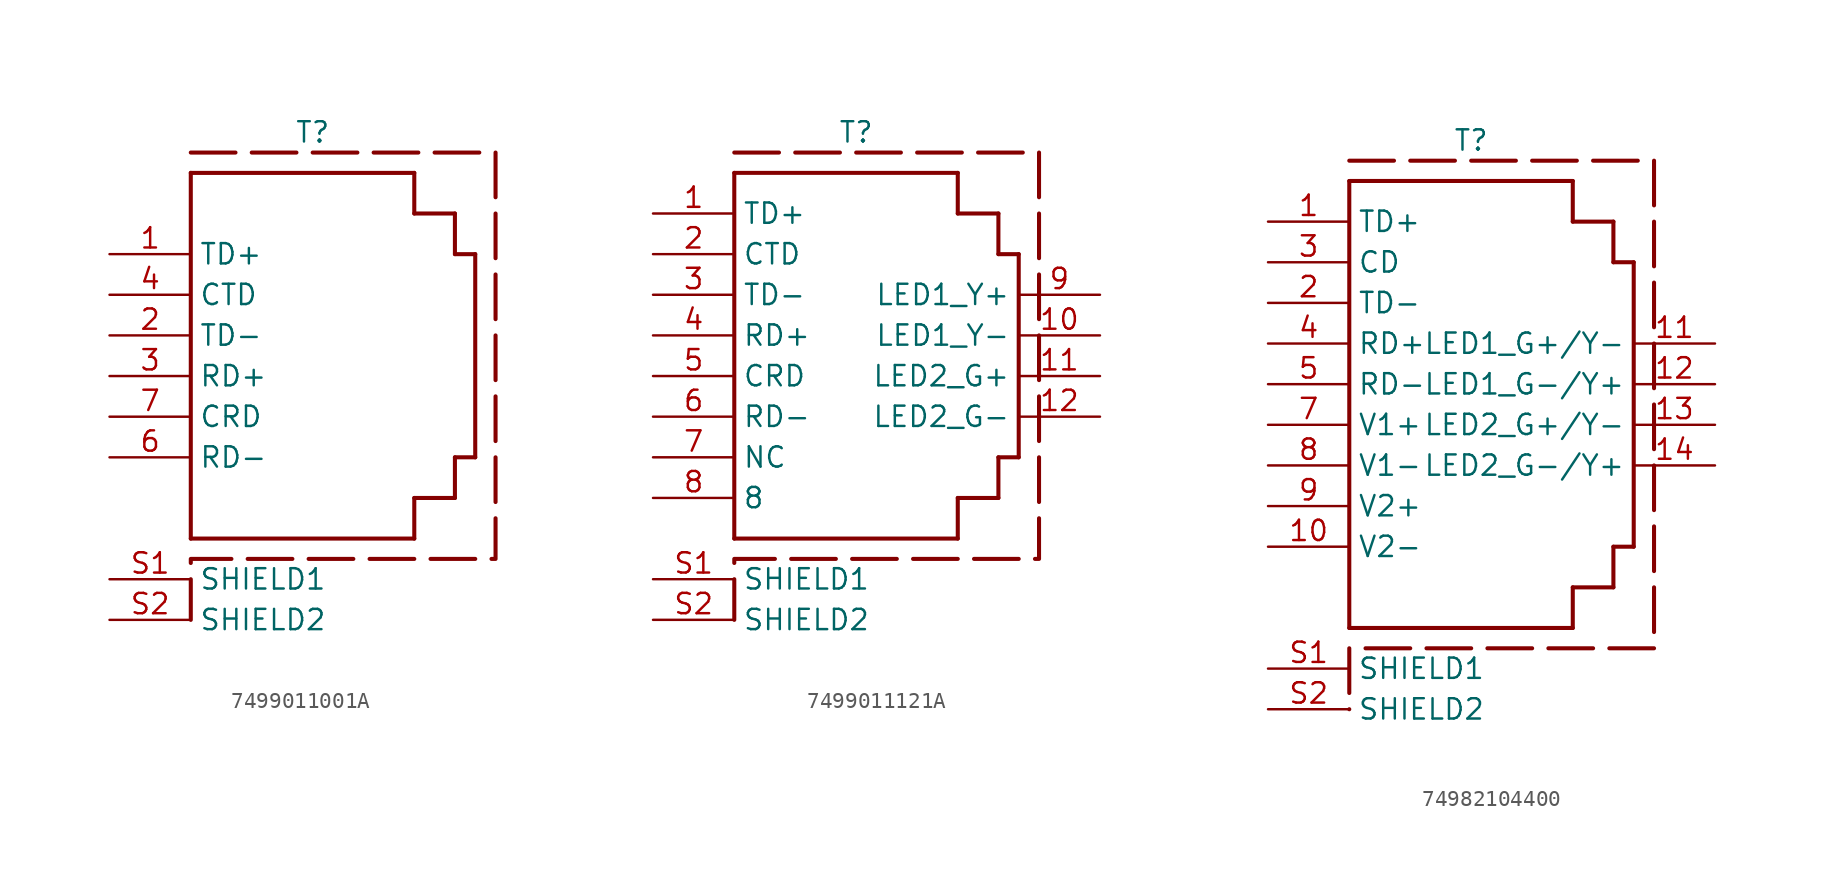
<source format=kicad_sym>
(kicad_symbol_lib
  (version 20220914)
  (generator kicad_symbol_editor)
  (symbol "7499011001A"
    (property "Reference" "T"
      (at 0 15.24 0)
      (effects (font (size 1.27 1.27))))
    (property "Critical Parameter" ""
      (at 0 -5.08 0)
      (effects (font (size 1.27 1.27)) (justify left)))
    (symbol "7499011001A_0_0"
      (polyline (pts (xy -7.62 -10.16) (xy -7.62 12.7)) (stroke (width 0.254) (type default)) (fill (type none)))
      (polyline (pts (xy -7.62 12.7) (xy 6.35 12.7)) (stroke (width 0.254) (type default)) (fill (type none)))
      (polyline (pts (xy 6.35 -10.16) (xy -7.62 -10.16)) (stroke (width 0.254) (type default)) (fill (type none)))
      (polyline (pts (xy 6.35 -10.16) (xy 6.35 -7.62)) (stroke (width 0.254) (type default)) (fill (type none)))
      (polyline (pts (xy 6.35 -7.62) (xy 8.89 -7.62)) (stroke (width 0.254) (type default)) (fill (type none)))
      (polyline (pts (xy 6.35 10.16) (xy 8.89 10.16)) (stroke (width 0.254) (type default)) (fill (type none)))
      (polyline (pts (xy 6.35 12.7) (xy 6.35 10.16)) (stroke (width 0.254) (type default)) (fill (type none)))
      (polyline (pts (xy 8.89 -7.62) (xy 8.89 -5.08)) (stroke (width 0.254) (type default)) (fill (type none)))
      (polyline (pts (xy 8.89 -5.08) (xy 10.16 -5.08)) (stroke (width 0.254) (type default)) (fill (type none)))
      (polyline (pts (xy 8.89 7.62) (xy 10.16 7.62)) (stroke (width 0.254) (type default)) (fill (type none)))
      (polyline (pts (xy 8.89 10.16) (xy 8.89 7.62)) (stroke (width 0.254) (type default)) (fill (type none)))
      (polyline (pts (xy 10.16 7.62) (xy 10.16 -5.08)) (stroke (width 0.254) (type default)) (fill (type none)))
      (pin passive line (at -12.7 7.62 0) (length 5.08) (name "TD+" (effects (font (size 1.27 1.27)))) (number "1" (effects (font (size 1.27 1.27)))))
      (pin passive line (at -12.7 2.54 0) (length 5.08) (name "TD-" (effects (font (size 1.27 1.27)))) (number "2" (effects (font (size 1.27 1.27)))))
      (pin passive line (at -12.7 0 0) (length 5.08) (name "RD+" (effects (font (size 1.27 1.27)))) (number "3" (effects (font (size 1.27 1.27)))))
      (pin passive line (at -12.7 5.08 0) (length 5.08) (name "CTD" (effects (font (size 1.27 1.27)))) (number "4" (effects (font (size 1.27 1.27)))))
      (pin passive line (at -12.7 -5.08 0) (length 5.08) (name "RD-" (effects (font (size 1.27 1.27)))) (number "6" (effects (font (size 1.27 1.27)))))
      (pin passive line (at -12.7 -2.54 0) (length 5.08) (name "CRD" (effects (font (size 1.27 1.27)))) (number "7" (effects (font (size 1.27 1.27)))))
      (pin passive line (at -12.7 -12.7 0) (length 5.08) (name "SHIELD1" (effects (font (size 1.27 1.27)))) (number "S1" (effects (font (size 1.27 1.27)))))
      (pin passive line (at -12.7 -15.24 0) (length 5.08) (name "SHIELD2" (effects (font (size 1.27 1.27)))) (number "S2" (effects (font (size 1.27 1.27))))))
    (symbol "7499011001A_1_1"
      (polyline (pts (xy -7.62 13.97) (xy 11.43 13.97) (xy 11.43 -11.43) (xy -7.62 -11.43) (xy -7.62 -15.24)) (stroke (width 0.254) (type dash)) (fill (type none)))))
  (symbol "7499011121A"
    (property "Reference" "T"
      (at 0 15.24 0)
      (effects (font (size 1.27 1.27))))
    (property "Critical Parameter" ""
      (at 0 -5.08 0)
      (effects (font (size 1.27 1.27)) (justify left)))
    (symbol "7499011121A_0_0"
      (polyline (pts (xy -7.62 -10.16) (xy -7.62 12.7)) (stroke (width 0.254) (type default)) (fill (type none)))
      (polyline (pts (xy -7.62 12.7) (xy 6.35 12.7)) (stroke (width 0.254) (type default)) (fill (type none)))
      (polyline (pts (xy 6.35 -10.16) (xy -7.62 -10.16)) (stroke (width 0.254) (type default)) (fill (type none)))
      (polyline (pts (xy 6.35 -10.16) (xy 6.35 -7.62)) (stroke (width 0.254) (type default)) (fill (type none)))
      (polyline (pts (xy 6.35 -7.62) (xy 8.89 -7.62)) (stroke (width 0.254) (type default)) (fill (type none)))
      (polyline (pts (xy 6.35 10.16) (xy 8.89 10.16)) (stroke (width 0.254) (type default)) (fill (type none)))
      (polyline (pts (xy 6.35 12.7) (xy 6.35 10.16)) (stroke (width 0.254) (type default)) (fill (type none)))
      (polyline (pts (xy 8.89 -7.62) (xy 8.89 -5.08)) (stroke (width 0.254) (type default)) (fill (type none)))
      (polyline (pts (xy 8.89 -5.08) (xy 10.16 -5.08)) (stroke (width 0.254) (type default)) (fill (type none)))
      (polyline (pts (xy 8.89 7.62) (xy 10.16 7.62)) (stroke (width 0.254) (type default)) (fill (type none)))
      (polyline (pts (xy 8.89 10.16) (xy 8.89 7.62)) (stroke (width 0.254) (type default)) (fill (type none)))
      (polyline (pts (xy 10.16 7.62) (xy 10.16 -5.08)) (stroke (width 0.254) (type default)) (fill (type none)))
      (pin passive line (at -12.7 10.16 0) (length 5.08) (name "TD+" (effects (font (size 1.27 1.27)))) (number "1" (effects (font (size 1.27 1.27)))))
      (pin passive line (at -12.7 7.62 0) (length 5.08) (name "CTD" (effects (font (size 1.27 1.27)))) (number "2" (effects (font (size 1.27 1.27)))))
      (pin passive line (at -12.7 5.08 0) (length 5.08) (name "TD-" (effects (font (size 1.27 1.27)))) (number "3" (effects (font (size 1.27 1.27)))))
      (pin passive line (at -12.7 2.54 0) (length 5.08) (name "RD+" (effects (font (size 1.27 1.27)))) (number "4" (effects (font (size 1.27 1.27)))))
      (pin passive line (at -12.7 0 0) (length 5.08) (name "CRD" (effects (font (size 1.27 1.27)))) (number "5" (effects (font (size 1.27 1.27)))))
      (pin passive line (at -12.7 -2.54 0) (length 5.08) (name "RD-" (effects (font (size 1.27 1.27)))) (number "6" (effects (font (size 1.27 1.27)))))
      (pin passive line (at -12.7 -5.08 0) (length 5.08) (name "NC" (effects (font (size 1.27 1.27)))) (number "7" (effects (font (size 1.27 1.27)))))
      (pin passive line (at -12.7 -7.62 0) (length 5.08) (name "8" (effects (font (size 1.27 1.27)))) (number "8" (effects (font (size 1.27 1.27)))))
      (pin passive line (at -12.7 -12.7 0) (length 5.08) (name "SHIELD1" (effects (font (size 1.27 1.27)))) (number "S1" (effects (font (size 1.27 1.27)))))
      (pin passive line (at -12.7 -15.24 0) (length 5.08) (name "SHIELD2" (effects (font (size 1.27 1.27)))) (number "S2" (effects (font (size 1.27 1.27))))))
    (symbol "7499011121A_1_0"
      (pin passive line (at 15.24 2.54 180) (length 5.08) (name "LED1_Y-" (effects (font (size 1.27 1.27)))) (number "10" (effects (font (size 1.27 1.27)))))
      (pin passive line (at 15.24 0 180) (length 5.08) (name "LED2_G+" (effects (font (size 1.27 1.27)))) (number "11" (effects (font (size 1.27 1.27)))))
      (pin passive line (at 15.24 -2.54 180) (length 5.08) (name "LED2_G-" (effects (font (size 1.27 1.27)))) (number "12" (effects (font (size 1.27 1.27)))))
      (pin passive line (at 15.24 5.08 180) (length 5.08) (name "LED1_Y+" (effects (font (size 1.27 1.27)))) (number "9" (effects (font (size 1.27 1.27))))))
    (symbol "7499011121A_1_1"
      (polyline (pts (xy -7.62 13.97) (xy 11.43 13.97) (xy 11.43 -11.43) (xy -7.62 -11.43) (xy -7.62 -15.24)) (stroke (width 0.254) (type dash)) (fill (type none)))))
  (symbol "74982104400"
    (property "Reference" "T"
      (at 0 17.78 0)
      (effects (font (size 1.27 1.27))))
    (property "Critical Parameter" ""
      (at 0 -5.08 0)
      (effects (font (size 1.27 1.27)) (justify left)))
    (symbol "74982104400_0_0"
      (polyline (pts (xy -7.62 -12.7) (xy -7.62 15.24)) (stroke (width 0.254) (type default)) (fill (type none)))
      (polyline (pts (xy -7.62 15.24) (xy 6.35 15.24)) (stroke (width 0.254) (type default)) (fill (type none)))
      (polyline (pts (xy 6.35 -12.7) (xy -7.62 -12.7)) (stroke (width 0.254) (type default)) (fill (type none)))
      (polyline (pts (xy 6.35 -12.7) (xy 6.35 -10.16)) (stroke (width 0.254) (type default)) (fill (type none)))
      (polyline (pts (xy 6.35 -10.16) (xy 8.89 -10.16)) (stroke (width 0.254) (type default)) (fill (type none)))
      (polyline (pts (xy 6.35 12.7) (xy 8.89 12.7)) (stroke (width 0.254) (type default)) (fill (type none)))
      (polyline (pts (xy 6.35 15.24) (xy 6.35 12.7)) (stroke (width 0.254) (type default)) (fill (type none)))
      (polyline (pts (xy 8.89 -10.16) (xy 8.89 -7.62)) (stroke (width 0.254) (type default)) (fill (type none)))
      (polyline (pts (xy 8.89 -7.62) (xy 10.16 -7.62)) (stroke (width 0.254) (type default)) (fill (type none)))
      (polyline (pts (xy 8.89 10.16) (xy 10.16 10.16)) (stroke (width 0.254) (type default)) (fill (type none)))
      (polyline (pts (xy 8.89 12.7) (xy 8.89 10.16)) (stroke (width 0.254) (type default)) (fill (type none)))
      (polyline (pts (xy 10.16 10.16) (xy 10.16 -7.62)) (stroke (width 0.254) (type default)) (fill (type none)))
      (pin passive line (at -12.7 12.7 0) (length 5.08) (name "TD+" (effects (font (size 1.27 1.27)))) (number "1" (effects (font (size 1.27 1.27)))))
      (pin passive line (at -12.7 -7.62 0) (length 5.08) (name "V2-" (effects (font (size 1.27 1.27)))) (number "10" (effects (font (size 1.27 1.27)))))
      (pin passive line (at -12.7 7.62 0) (length 5.08) (name "TD-" (effects (font (size 1.27 1.27)))) (number "2" (effects (font (size 1.27 1.27)))))
      (pin passive line (at -12.7 10.16 0) (length 5.08) (name "CD" (effects (font (size 1.27 1.27)))) (number "3" (effects (font (size 1.27 1.27)))))
      (pin passive line (at -12.7 5.08 0) (length 5.08) (name "RD+" (effects (font (size 1.27 1.27)))) (number "4" (effects (font (size 1.27 1.27)))))
      (pin passive line (at -12.7 2.54 0) (length 5.08) (name "RD-" (effects (font (size 1.27 1.27)))) (number "5" (effects (font (size 1.27 1.27)))))
      (pin passive line (at -12.7 0 0) (length 5.08) (name "V1+" (effects (font (size 1.27 1.27)))) (number "7" (effects (font (size 1.27 1.27)))))
      (pin passive line (at -12.7 -2.54 0) (length 5.08) (name "V1-" (effects (font (size 1.27 1.27)))) (number "8" (effects (font (size 1.27 1.27)))))
      (pin passive line (at -12.7 -5.08 0) (length 5.08) (name "V2+" (effects (font (size 1.27 1.27)))) (number "9" (effects (font (size 1.27 1.27)))))
      (pin passive line (at -12.7 -15.24 0) (length 5.08) (name "SHIELD1" (effects (font (size 1.27 1.27)))) (number "S1" (effects (font (size 1.27 1.27)))))
      (pin passive line (at -12.7 -17.78 0) (length 5.08) (name "SHIELD2" (effects (font (size 1.27 1.27)))) (number "S2" (effects (font (size 1.27 1.27))))))
    (symbol "74982104400_1_0"
      (pin passive line (at 15.24 5.08 180) (length 5.08) (name "LED1_G+/Y-" (effects (font (size 1.27 1.27)))) (number "11" (effects (font (size 1.27 1.27)))))
      (pin passive line (at 15.24 2.54 180) (length 5.08) (name "LED1_G-/Y+" (effects (font (size 1.27 1.27)))) (number "12" (effects (font (size 1.27 1.27)))))
      (pin passive line (at 15.24 0 180) (length 5.08) (name "LED2_G+/Y-" (effects (font (size 1.27 1.27)))) (number "13" (effects (font (size 1.27 1.27)))))
      (pin passive line (at 15.24 -2.54 180) (length 5.08) (name "LED2_G-/Y+" (effects (font (size 1.27 1.27)))) (number "14" (effects (font (size 1.27 1.27))))))
    (symbol "74982104400_1_1"
      (polyline (pts (xy -7.62 16.51) (xy 11.43 16.51) (xy 11.43 -13.97) (xy -7.62 -13.97) (xy -7.62 -17.78)) (stroke (width 0.254) (type dash)) (fill (type none))))))
</source>
